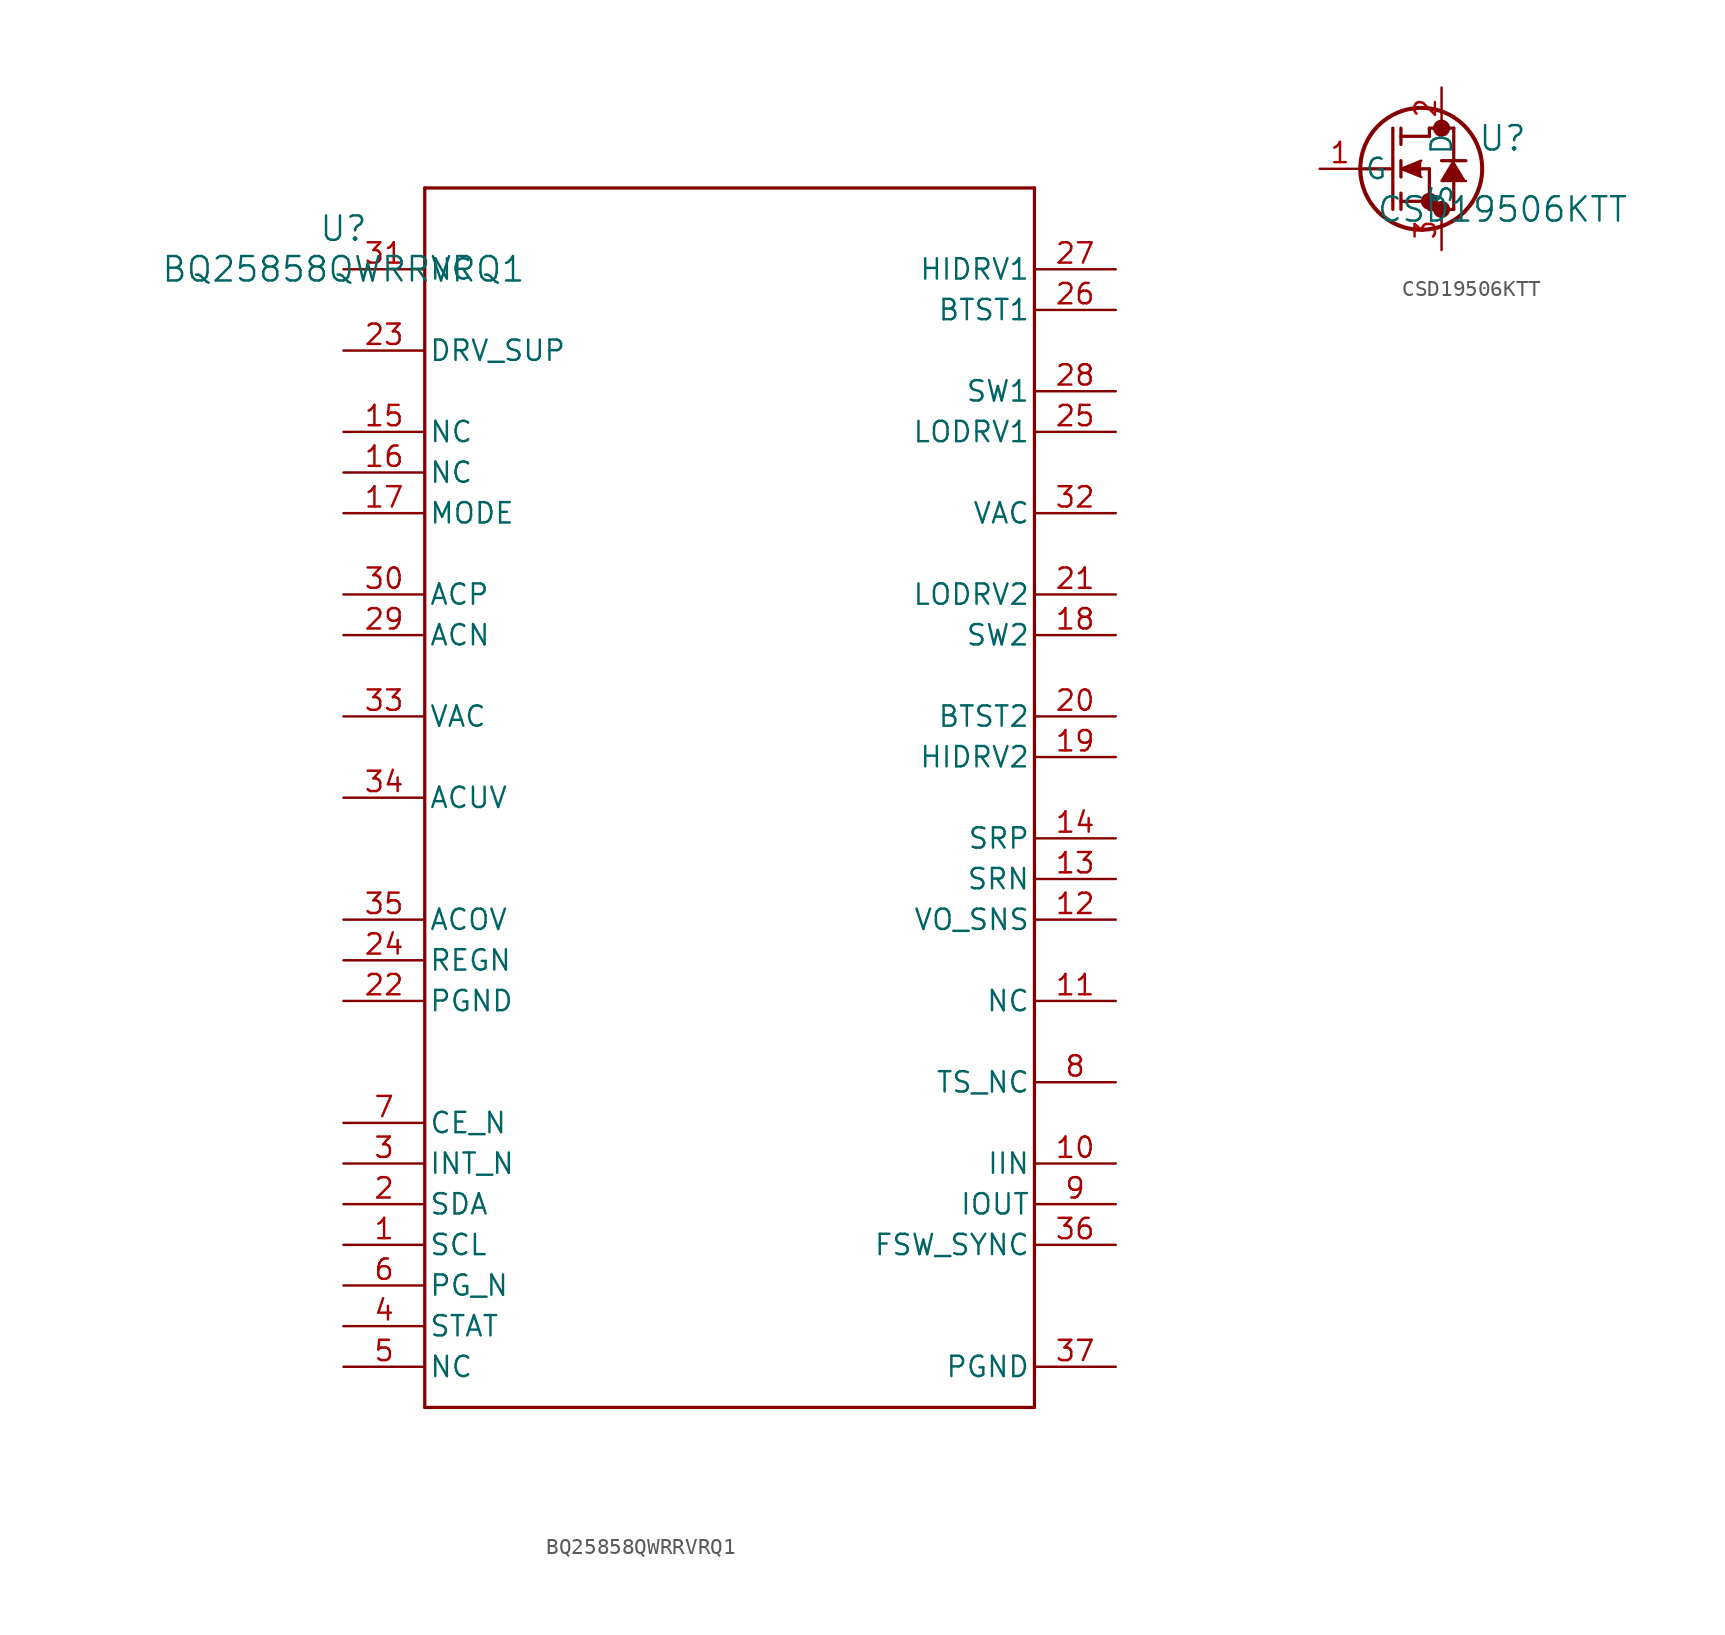
<source format=kicad_sym>
(kicad_symbol_lib
  (version 20241209)
  (generator "kicad_symbol_editor")
  (generator_version "9.0")
  (symbol "BQ25858QWRRVRQ1"
    (pin_names
      (offset 0.254))
    (property "Reference" "U"
      (at 0 2.54 0)
      (effects (font (size 1.524 1.524))))
    (property "Value" "BQ25858QWRRVRQ1"
      (at 0 0 0)
      (effects (font (size 1.524 1.524))))
    (property "ki_locked" ""
      (at 0 0 0)
      (effects (font (size 1.27 1.27))))
    (symbol "BQ25858QWRRVRQ1_0_1"
      (polyline (pts (xy 5.08 5.08) (xy 5.08 -71.12)) (stroke (width 0.203) (type default)) (fill (type none)))
      (polyline (pts (xy 5.08 -71.12) (xy 43.18 -71.12)) (stroke (width 0.203) (type default)) (fill (type none)))
      (polyline (pts (xy 43.18 5.08) (xy 5.08 5.08)) (stroke (width 0.203) (type default)) (fill (type none)))
      (polyline (pts (xy 43.18 -71.12) (xy 43.18 5.08)) (stroke (width 0.203) (type default)) (fill (type none)))
      (pin unspecified line (at 0 0 0) (length 5.08) (name "NC" (effects (font (size 1.27 1.27)))) (number "31" (effects (font (size 1.27 1.27)))))
      (pin power_in line (at 0 -5.08 0) (length 5.08) (name "DRV_SUP" (effects (font (size 1.27 1.27)))) (number "23" (effects (font (size 1.27 1.27)))))
      (pin unspecified line (at 0 -10.16 0) (length 5.08) (name "NC" (effects (font (size 1.27 1.27)))) (number "15" (effects (font (size 1.27 1.27)))))
      (pin unspecified line (at 0 -12.7 0) (length 5.08) (name "NC" (effects (font (size 1.27 1.27)))) (number "16" (effects (font (size 1.27 1.27)))))
      (pin unspecified line (at 0 -15.24 0) (length 5.08) (name "MODE" (effects (font (size 1.27 1.27)))) (number "17" (effects (font (size 1.27 1.27)))))
      (pin unspecified line (at 0 -20.32 0) (length 5.08) (name "ACP" (effects (font (size 1.27 1.27)))) (number "30" (effects (font (size 1.27 1.27)))))
      (pin unspecified line (at 0 -22.86 0) (length 5.08) (name "ACN" (effects (font (size 1.27 1.27)))) (number "29" (effects (font (size 1.27 1.27)))))
      (pin power_in line (at 0 -27.94 0) (length 5.08) (name "VAC" (effects (font (size 1.27 1.27)))) (number "33" (effects (font (size 1.27 1.27)))))
      (pin unspecified line (at 0 -33.02 0) (length 5.08) (name "ACUV" (effects (font (size 1.27 1.27)))) (number "34" (effects (font (size 1.27 1.27)))))
      (pin unspecified line (at 0 -40.64 0) (length 5.08) (name "ACOV" (effects (font (size 1.27 1.27)))) (number "35" (effects (font (size 1.27 1.27)))))
      (pin power_in line (at 0 -43.18 0) (length 5.08) (name "REGN" (effects (font (size 1.27 1.27)))) (number "24" (effects (font (size 1.27 1.27)))))
      (pin power_in line (at 0 -45.72 0) (length 5.08) (name "PGND" (effects (font (size 1.27 1.27)))) (number "22" (effects (font (size 1.27 1.27)))))
      (pin input line (at 0 -53.34 0) (length 5.08) (name "CE_N" (effects (font (size 1.27 1.27)))) (number "7" (effects (font (size 1.27 1.27)))))
      (pin open_collector line (at 0 -55.88 0) (length 5.08) (name "INT_N" (effects (font (size 1.27 1.27)))) (number "3" (effects (font (size 1.27 1.27)))))
      (pin bidirectional line (at 0 -58.42 0) (length 5.08) (name "SDA" (effects (font (size 1.27 1.27)))) (number "2" (effects (font (size 1.27 1.27)))))
      (pin input line (at 0 -60.96 0) (length 5.08) (name "SCL" (effects (font (size 1.27 1.27)))) (number "1" (effects (font (size 1.27 1.27)))))
      (pin open_collector line (at 0 -63.5 0) (length 5.08) (name "PG_N" (effects (font (size 1.27 1.27)))) (number "6" (effects (font (size 1.27 1.27)))))
      (pin open_collector line (at 0 -66.04 0) (length 5.08) (name "STAT" (effects (font (size 1.27 1.27)))) (number "4" (effects (font (size 1.27 1.27)))))
      (pin unspecified line (at 0 -68.58 0) (length 5.08) (name "NC" (effects (font (size 1.27 1.27)))) (number "5" (effects (font (size 1.27 1.27)))))
      (pin unspecified line (at 48.26 0 180) (length 5.08) (name "HIDRV1" (effects (font (size 1.27 1.27)))) (number "27" (effects (font (size 1.27 1.27)))))
      (pin power_in line (at 48.26 -2.54 180) (length 5.08) (name "BTST1" (effects (font (size 1.27 1.27)))) (number "26" (effects (font (size 1.27 1.27)))))
      (pin unspecified line (at 48.26 -7.62 180) (length 5.08) (name "SW1" (effects (font (size 1.27 1.27)))) (number "28" (effects (font (size 1.27 1.27)))))
      (pin unspecified line (at 48.26 -10.16 180) (length 5.08) (name "LODRV1" (effects (font (size 1.27 1.27)))) (number "25" (effects (font (size 1.27 1.27)))))
      (pin power_in line (at 48.26 -15.24 180) (length 5.08) (name "VAC" (effects (font (size 1.27 1.27)))) (number "32" (effects (font (size 1.27 1.27)))))
      (pin unspecified line (at 48.26 -20.32 180) (length 5.08) (name "LODRV2" (effects (font (size 1.27 1.27)))) (number "21" (effects (font (size 1.27 1.27)))))
      (pin unspecified line (at 48.26 -22.86 180) (length 5.08) (name "SW2" (effects (font (size 1.27 1.27)))) (number "18" (effects (font (size 1.27 1.27)))))
      (pin power_in line (at 48.26 -27.94 180) (length 5.08) (name "BTST2" (effects (font (size 1.27 1.27)))) (number "20" (effects (font (size 1.27 1.27)))))
      (pin unspecified line (at 48.26 -30.48 180) (length 5.08) (name "HIDRV2" (effects (font (size 1.27 1.27)))) (number "19" (effects (font (size 1.27 1.27)))))
      (pin unspecified line (at 48.26 -35.56 180) (length 5.08) (name "SRP" (effects (font (size 1.27 1.27)))) (number "14" (effects (font (size 1.27 1.27)))))
      (pin unspecified line (at 48.26 -38.1 180) (length 5.08) (name "SRN" (effects (font (size 1.27 1.27)))) (number "13" (effects (font (size 1.27 1.27)))))
      (pin input line (at 48.26 -40.64 180) (length 5.08) (name "VO_SNS" (effects (font (size 1.27 1.27)))) (number "12" (effects (font (size 1.27 1.27)))))
      (pin unspecified line (at 48.26 -45.72 180) (length 5.08) (name "NC" (effects (font (size 1.27 1.27)))) (number "11" (effects (font (size 1.27 1.27)))))
      (pin unspecified line (at 48.26 -50.8 180) (length 5.08) (name "TS_NC" (effects (font (size 1.27 1.27)))) (number "8" (effects (font (size 1.27 1.27)))))
      (pin unspecified line (at 48.26 -55.88 180) (length 5.08) (name "IIN" (effects (font (size 1.27 1.27)))) (number "10" (effects (font (size 1.27 1.27)))))
      (pin unspecified line (at 48.26 -58.42 180) (length 5.08) (name "IOUT" (effects (font (size 1.27 1.27)))) (number "9" (effects (font (size 1.27 1.27)))))
      (pin input line (at 48.26 -60.96 180) (length 5.08) (name "FSW_SYNC" (effects (font (size 1.27 1.27)))) (number "36" (effects (font (size 1.27 1.27)))))
      (pin power_in line (at 48.26 -68.58 180) (length 5.08) (name "PGND" (effects (font (size 1.27 1.27)))) (number "37" (effects (font (size 1.27 1.27)))))))
  (symbol "CSD19506KTT"
    (pin_names
      (offset 0.254))
    (property "Reference" "U"
      (at 11.43 1.905 0)
      (effects (font (size 1.524 1.524))))
    (property "Value" "CSD19506KTT"
      (at 11.43 -2.54 0)
      (effects (font (size 1.524 1.524))))
    (property "ki_locked" ""
      (at 0 0 0)
      (effects (font (size 1.27 1.27))))
    (symbol "CSD19506KTT_0_1"
      (polyline (pts (xy 2.54 0) (xy 4.445 0)) (stroke (width 0.203) (type default)) (fill (type none)))
      (polyline (pts (xy 4.572 -2.54) (xy 4.572 2.54)) (stroke (width 0.203) (type default)) (fill (type none)))
      (polyline (pts (xy 5.08 2.032) (xy 6.858 2.032)) (stroke (width 0.203) (type default)) (fill (type none)))
      (polyline (pts (xy 5.08 1.524) (xy 5.08 2.54)) (stroke (width 0.203) (type default)) (fill (type none)))
      (polyline (pts (xy 5.08 -0.508) (xy 5.08 0.508)) (stroke (width 0.203) (type default)) (fill (type none)))
      (polyline (pts (xy 5.08 -2.032) (xy 6.858 -2.032)) (stroke (width 0.203) (type default)) (fill (type none)))
      (polyline (pts (xy 5.08 -2.54) (xy 5.08 -1.524)) (stroke (width 0.203) (type default)) (fill (type none)))
      (polyline (pts (xy 6.35 0.508) (xy 5.08 0) (xy 6.35 -0.508)) (stroke (width 0) (type default)) (fill (type outline)))
      (polyline (pts (xy 6.35 0) (xy 6.858 0)) (stroke (width 0.203) (type default)) (fill (type none)))
      (circle (center 6.35 0) (radius 3.81) (stroke (width 0.254) (type default)) (fill (type none)))
      (polyline (pts (xy 6.858 2.54) (xy 8.382 2.54)) (stroke (width 0.203) (type default)) (fill (type none)))
      (polyline (pts (xy 6.858 2.032) (xy 6.858 2.54)) (stroke (width 0.203) (type default)) (fill (type none)))
      (circle (center 6.858 -2.032) (radius 0.025) (stroke (width 0.508) (type default)) (fill (type none)))
      (polyline (pts (xy 6.858 -2.54) (xy 6.858 0)) (stroke (width 0.203) (type default)) (fill (type none)))
      (polyline (pts (xy 6.858 -2.54) (xy 8.382 -2.54)) (stroke (width 0.203) (type default)) (fill (type none)))
      (circle (center 7.62 2.54) (radius 0.025) (stroke (width 0.508) (type default)) (fill (type none)))
      (circle (center 7.62 -2.54) (radius 0.025) (stroke (width 0.508) (type default)) (fill (type none)))
      (polyline (pts (xy 8.382 0.508) (xy 8.382 2.54)) (stroke (width 0.203) (type default)) (fill (type none)))
      (polyline (pts (xy 8.382 -2.54) (xy 8.382 -0.762)) (stroke (width 0.203) (type default)) (fill (type none)))
      (polyline (pts (xy 9.144 0.508) (xy 7.62 0.508)) (stroke (width 0.203) (type default)) (fill (type none)))
      (polyline (pts (xy 9.144 -0.762) (xy 7.62 -0.762) (xy 8.382 0.508)) (stroke (width 0) (type default)) (fill (type outline)))
      (pin unspecified line (at 0 0 0) (length 2.54) (name "G" (effects (font (size 1.27 1.27)))) (number "1" (effects (font (size 1.27 1.27)))))
      (pin unspecified line (at 7.62 5.08 270) (length 2.54) (name "D" (effects (font (size 1.27 1.27)))) (number "2" (effects (font (size 1.27 1.27)))))
      (pin unspecified line (at 7.62 -5.08 90) (length 2.54) (name "S" (effects (font (size 1.27 1.27)))) (number "3" (effects (font (size 1.27 1.27))))))))
</source>
